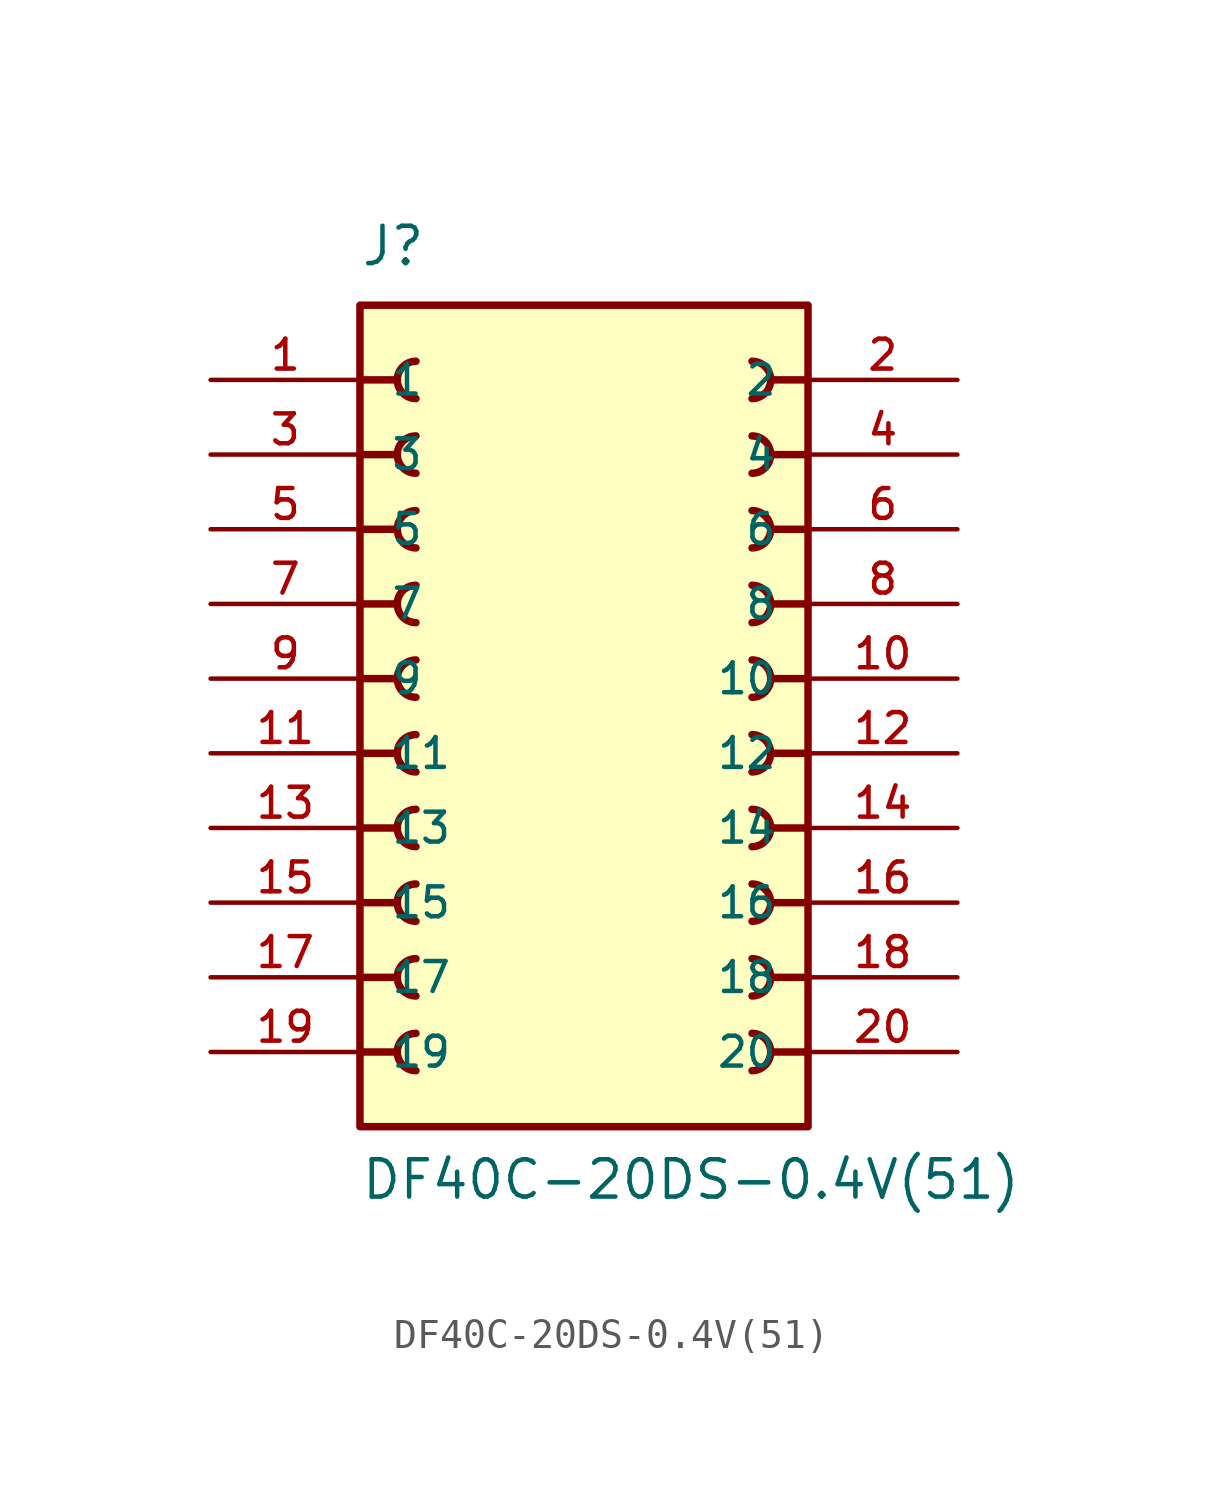
<source format=kicad_sym>
(kicad_symbol_lib
  (version 20211014)
  (generator kicad_symbol_editor)
  (symbol "DF40C-20DS-0.4V(51)"
    (pin_names
      (offset 1.016))
    (property "Reference" "J"
      (at -7.62 13.97 0)
      (effects (font (size 1.27 1.27)) (justify bottom left)))
    (property "Value" "DF40C-20DS-0.4V(51)"
      (at -7.62 -17.78 0)
      (effects (font (size 1.27 1.27)) (justify bottom left)))
    (symbol "DF40C-20DS-0.4V(51)_0_0"
      (polyline (pts (xy 7.62 10.16) (xy 6.35 10.16)) (stroke (width 0.254)))
      (arc (start 5.715 9.525) (mid 6.35 10.16) (end 5.715 10.795) (stroke (width 0.254) (type default) (color 0 0 0 0)) (fill (type none)))
      (polyline (pts (xy 7.62 7.62) (xy 6.35 7.62)) (stroke (width 0.254)))
      (arc (start 5.715 6.985) (mid 6.35 7.62) (end 5.715 8.255) (stroke (width 0.254) (type default) (color 0 0 0 0)) (fill (type none)))
      (polyline (pts (xy 7.62 5.08) (xy 6.35 5.08)) (stroke (width 0.254)))
      (arc (start 5.715 4.445) (mid 6.35 5.08) (end 5.715 5.715) (stroke (width 0.254) (type default) (color 0 0 0 0)) (fill (type none)))
      (polyline (pts (xy 7.62 2.54) (xy 6.35 2.54)) (stroke (width 0.254)))
      (arc (start 5.715 1.905) (mid 6.35 2.54) (end 5.715 3.175) (stroke (width 0.254) (type default) (color 0 0 0 0)) (fill (type none)))
      (polyline (pts (xy 7.62 0.0) (xy 6.35 0.0)) (stroke (width 0.254)))
      (arc (start 5.715 -0.635) (mid 6.35 0.0) (end 5.715 0.635) (stroke (width 0.254) (type default) (color 0 0 0 0)) (fill (type none)))
      (polyline (pts (xy 7.62 -2.54) (xy 6.35 -2.54)) (stroke (width 0.254)))
      (arc (start 5.715 -3.175) (mid 6.35 -2.54) (end 5.715 -1.905) (stroke (width 0.254) (type default) (color 0 0 0 0)) (fill (type none)))
      (polyline (pts (xy 7.62 -5.08) (xy 6.35 -5.08)) (stroke (width 0.254)))
      (arc (start 5.715 -5.715) (mid 6.35 -5.08) (end 5.715 -4.445) (stroke (width 0.254) (type default) (color 0 0 0 0)) (fill (type none)))
      (polyline (pts (xy 7.62 -7.62) (xy 6.35 -7.62)) (stroke (width 0.254)))
      (arc (start 5.715 -8.255) (mid 6.35 -7.62) (end 5.715 -6.985) (stroke (width 0.254) (type default) (color 0 0 0 0)) (fill (type none)))
      (polyline (pts (xy 7.62 -10.16) (xy 6.35 -10.16)) (stroke (width 0.254)))
      (arc (start 5.715 -10.795) (mid 6.35 -10.16) (end 5.715 -9.525) (stroke (width 0.254) (type default) (color 0 0 0 0)) (fill (type none)))
      (polyline (pts (xy 7.62 -12.7) (xy 6.35 -12.7)) (stroke (width 0.254)))
      (arc (start 5.715 -13.335) (mid 6.35 -12.7) (end 5.715 -12.065) (stroke (width 0.254) (type default) (color 0 0 0 0)) (fill (type none)))
      (polyline (pts (xy -7.62 -12.7) (xy -6.35 -12.7)) (stroke (width 0.254)))
      (arc (start -5.715 -12.065) (mid -6.35 -12.7) (end -5.715 -13.335) (stroke (width 0.254) (type default) (color 0 0 0 0)) (fill (type none)))
      (polyline (pts (xy -7.62 -10.16) (xy -6.35 -10.16)) (stroke (width 0.254)))
      (arc (start -5.715 -9.525) (mid -6.35 -10.16) (end -5.715 -10.795) (stroke (width 0.254) (type default) (color 0 0 0 0)) (fill (type none)))
      (polyline (pts (xy -7.62 -7.62) (xy -6.35 -7.62)) (stroke (width 0.254)))
      (arc (start -5.715 -6.985) (mid -6.35 -7.62) (end -5.715 -8.255) (stroke (width 0.254) (type default) (color 0 0 0 0)) (fill (type none)))
      (polyline (pts (xy -7.62 -5.08) (xy -6.35 -5.08)) (stroke (width 0.254)))
      (arc (start -5.715 -4.445) (mid -6.35 -5.08) (end -5.715 -5.715) (stroke (width 0.254) (type default) (color 0 0 0 0)) (fill (type none)))
      (polyline (pts (xy -7.62 -2.54) (xy -6.35 -2.54)) (stroke (width 0.254)))
      (arc (start -5.715 -1.905) (mid -6.35 -2.54) (end -5.715 -3.175) (stroke (width 0.254) (type default) (color 0 0 0 0)) (fill (type none)))
      (polyline (pts (xy -7.62 0.0) (xy -6.35 0.0)) (stroke (width 0.254)))
      (arc (start -5.715 0.635) (mid -6.35 -0.0) (end -5.715 -0.635) (stroke (width 0.254) (type default) (color 0 0 0 0)) (fill (type none)))
      (polyline (pts (xy -7.62 2.54) (xy -6.35 2.54)) (stroke (width 0.254)))
      (arc (start -5.715 3.175) (mid -6.35 2.54) (end -5.715 1.905) (stroke (width 0.254) (type default) (color 0 0 0 0)) (fill (type none)))
      (polyline (pts (xy -7.62 5.08) (xy -6.35 5.08)) (stroke (width 0.254)))
      (arc (start -5.715 5.715) (mid -6.35 5.08) (end -5.715 4.445) (stroke (width 0.254) (type default) (color 0 0 0 0)) (fill (type none)))
      (polyline (pts (xy -7.62 7.62) (xy -6.35 7.62)) (stroke (width 0.254)))
      (arc (start -5.715 8.255) (mid -6.35 7.62) (end -5.715 6.985) (stroke (width 0.254) (type default) (color 0 0 0 0)) (fill (type none)))
      (polyline (pts (xy -7.62 10.16) (xy -6.35 10.16)) (stroke (width 0.254)))
      (arc (start -5.715 10.795) (mid -6.35 10.16) (end -5.715 9.525) (stroke (width 0.254) (type default) (color 0 0 0 0)) (fill (type none)))
      (rectangle (start -7.62 -15.24) (end 7.62 12.7) (stroke (width 0.254)) (fill (type background)))
      (pin passive line (at -12.7 10.16 0) (length 5.08) (name "1" (effects (font (size 1.016 1.016)))) (number "1" (effects (font (size 1.016 1.016)))))
      (pin passive line (at 12.7 10.16 180.0) (length 5.08) (name "2" (effects (font (size 1.016 1.016)))) (number "2" (effects (font (size 1.016 1.016)))))
      (pin passive line (at -12.7 7.62 0) (length 5.08) (name "3" (effects (font (size 1.016 1.016)))) (number "3" (effects (font (size 1.016 1.016)))))
      (pin passive line (at 12.7 7.62 180.0) (length 5.08) (name "4" (effects (font (size 1.016 1.016)))) (number "4" (effects (font (size 1.016 1.016)))))
      (pin passive line (at -12.7 5.08 0) (length 5.08) (name "5" (effects (font (size 1.016 1.016)))) (number "5" (effects (font (size 1.016 1.016)))))
      (pin passive line (at 12.7 5.08 180.0) (length 5.08) (name "6" (effects (font (size 1.016 1.016)))) (number "6" (effects (font (size 1.016 1.016)))))
      (pin passive line (at -12.7 2.54 0) (length 5.08) (name "7" (effects (font (size 1.016 1.016)))) (number "7" (effects (font (size 1.016 1.016)))))
      (pin passive line (at 12.7 2.54 180.0) (length 5.08) (name "8" (effects (font (size 1.016 1.016)))) (number "8" (effects (font (size 1.016 1.016)))))
      (pin passive line (at -12.7 0.0 0) (length 5.08) (name "9" (effects (font (size 1.016 1.016)))) (number "9" (effects (font (size 1.016 1.016)))))
      (pin passive line (at 12.7 0.0 180.0) (length 5.08) (name "10" (effects (font (size 1.016 1.016)))) (number "10" (effects (font (size 1.016 1.016)))))
      (pin passive line (at -12.7 -2.54 0) (length 5.08) (name "11" (effects (font (size 1.016 1.016)))) (number "11" (effects (font (size 1.016 1.016)))))
      (pin passive line (at 12.7 -2.54 180.0) (length 5.08) (name "12" (effects (font (size 1.016 1.016)))) (number "12" (effects (font (size 1.016 1.016)))))
      (pin passive line (at -12.7 -5.08 0) (length 5.08) (name "13" (effects (font (size 1.016 1.016)))) (number "13" (effects (font (size 1.016 1.016)))))
      (pin passive line (at 12.7 -5.08 180.0) (length 5.08) (name "14" (effects (font (size 1.016 1.016)))) (number "14" (effects (font (size 1.016 1.016)))))
      (pin passive line (at -12.7 -7.62 0) (length 5.08) (name "15" (effects (font (size 1.016 1.016)))) (number "15" (effects (font (size 1.016 1.016)))))
      (pin passive line (at 12.7 -7.62 180.0) (length 5.08) (name "16" (effects (font (size 1.016 1.016)))) (number "16" (effects (font (size 1.016 1.016)))))
      (pin passive line (at -12.7 -10.16 0) (length 5.08) (name "17" (effects (font (size 1.016 1.016)))) (number "17" (effects (font (size 1.016 1.016)))))
      (pin passive line (at 12.7 -10.16 180.0) (length 5.08) (name "18" (effects (font (size 1.016 1.016)))) (number "18" (effects (font (size 1.016 1.016)))))
      (pin passive line (at -12.7 -12.7 0) (length 5.08) (name "19" (effects (font (size 1.016 1.016)))) (number "19" (effects (font (size 1.016 1.016)))))
      (pin passive line (at 12.7 -12.7 180.0) (length 5.08) (name "20" (effects (font (size 1.016 1.016)))) (number "20" (effects (font (size 1.016 1.016))))))))
</source>
